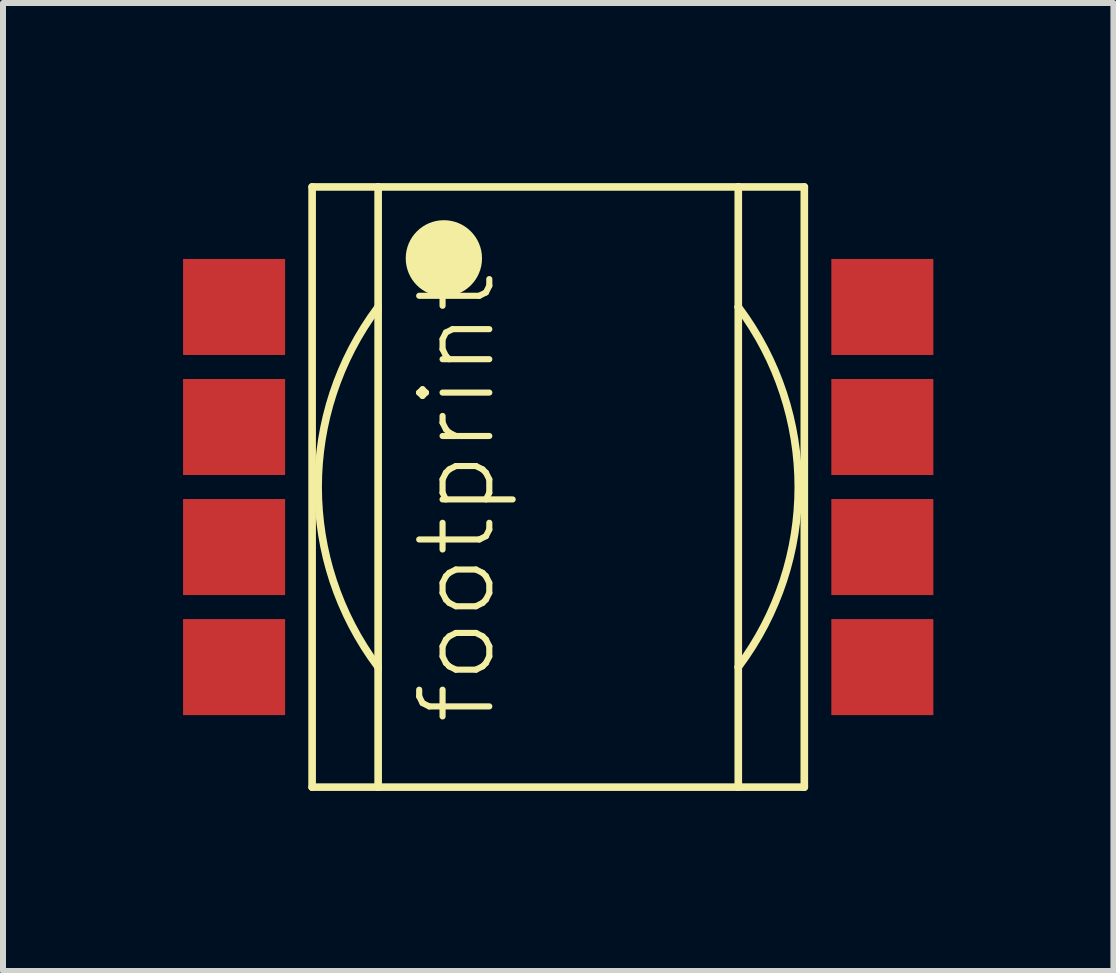
<source format=kicad_pcb>
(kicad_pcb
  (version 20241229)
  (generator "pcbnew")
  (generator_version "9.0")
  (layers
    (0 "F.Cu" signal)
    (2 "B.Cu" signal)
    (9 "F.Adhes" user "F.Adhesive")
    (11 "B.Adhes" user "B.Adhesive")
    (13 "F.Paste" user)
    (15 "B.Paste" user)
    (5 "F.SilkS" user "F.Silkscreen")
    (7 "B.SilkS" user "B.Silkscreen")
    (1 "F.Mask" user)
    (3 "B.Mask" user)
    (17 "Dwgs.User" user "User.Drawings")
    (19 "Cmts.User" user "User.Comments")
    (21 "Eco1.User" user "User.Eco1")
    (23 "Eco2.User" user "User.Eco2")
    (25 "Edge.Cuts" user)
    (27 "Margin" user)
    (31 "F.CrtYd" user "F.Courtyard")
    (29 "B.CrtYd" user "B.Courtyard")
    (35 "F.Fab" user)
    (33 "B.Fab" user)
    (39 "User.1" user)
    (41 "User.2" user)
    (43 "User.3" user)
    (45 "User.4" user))
  (footprint "footprint"
    (layer "F.Cu")
    (at 6.25 5.064)
    (property "Reference" "footprint" (at -1 4 90) (layer "F.SilkS") (effects (font (size 1.168 1.168) (thickness 0.102)) (justify left bottom)))
    (fp_line (start -4.1 -5) (end -4.1 5) (stroke (width 0.127) (type solid)) (layer "F.SilkS"))
    (fp_line (start -4.1 -5) (end -3 -5) (stroke (width 0.127) (type solid)) (layer "F.SilkS"))
    (fp_line (start -4.1 5) (end -3 5) (stroke (width 0.127) (type solid)) (layer "F.SilkS"))
    (fp_line (start -3 -5) (end -3 -3) (stroke (width 0.127) (type solid)) (layer "F.SilkS"))
    (fp_line (start -3 -5) (end 3 -5) (stroke (width 0.127) (type solid)) (layer "F.SilkS"))
    (fp_line (start -3 -3) (end -3 3) (stroke (width 0.127) (type solid)) (layer "F.SilkS"))
    (fp_line (start -3 3) (end -3 5) (stroke (width 0.127) (type solid)) (layer "F.SilkS"))
    (fp_line (start -3 5) (end 3 5) (stroke (width 0.127) (type solid)) (layer "F.SilkS"))
    (fp_line (start 3 -5) (end 3 -3) (stroke (width 0.127) (type solid)) (layer "F.SilkS"))
    (fp_line (start 3 -5) (end 4.1 -5) (stroke (width 0.127) (type solid)) (layer "F.SilkS"))
    (fp_line (start 3 -3) (end 3 3) (stroke (width 0.127) (type solid)) (layer "F.SilkS"))
    (fp_line (start 3 3) (end 3 5) (stroke (width 0.127) (type solid)) (layer "F.SilkS"))
    (fp_line (start 3 5) (end 4.1 5) (stroke (width 0.127) (type solid)) (layer "F.SilkS"))
    (fp_line (start 4.1 -5) (end 4.1 5) (stroke (width 0.127) (type solid)) (layer "F.SilkS"))
    (fp_arc (start -3 3) (mid -4 0) (end -3 -3) (stroke (width 0.127) (type solid)) (layer "F.SilkS"))
    (fp_arc (start 3 -3) (mid 4 0) (end 3 3) (stroke (width 0.127) (type solid)) (layer "F.SilkS"))
    (fp_circle (center -1.905 -3.81) (end -1.587 -3.81) (stroke (width 0.635) (type solid)) (fill yes) (layer "F.SilkS"))
    (pad "P$1" smd rect (at -5.4 -3) (size 1.7 1.6) (layers "F.Cu" "F.Mask" "F.Paste"))
    (pad "P$2" smd rect (at -5.4 -1) (size 1.7 1.6) (layers "F.Cu" "F.Mask" "F.Paste"))
    (pad "P$3" smd rect (at -5.4 1) (size 1.7 1.6) (layers "F.Cu" "F.Mask" "F.Paste"))
    (pad "P$4" smd rect (at -5.4 3) (size 1.7 1.6) (layers "F.Cu" "F.Mask" "F.Paste"))
    (pad "P$5" smd rect (at 5.4 3) (size 1.7 1.6) (layers "F.Cu" "F.Mask" "F.Paste"))
    (pad "P$6" smd rect (at 5.4 1) (size 1.7 1.6) (layers "F.Cu" "F.Mask" "F.Paste"))
    (pad "P$7" smd rect (at 5.4 -1) (size 1.7 1.6) (layers "F.Cu" "F.Mask" "F.Paste"))
    (pad "P$8" smd rect (at 5.4 -3) (size 1.7 1.6) (layers "F.Cu" "F.Mask" "F.Paste")))
  (gr_rect
    (start -3 -3)
    (end 15.5 13.127)
    (stroke (width 0.1) (type default))
    (fill no)
    (layer "Edge.Cuts")))
</source>
